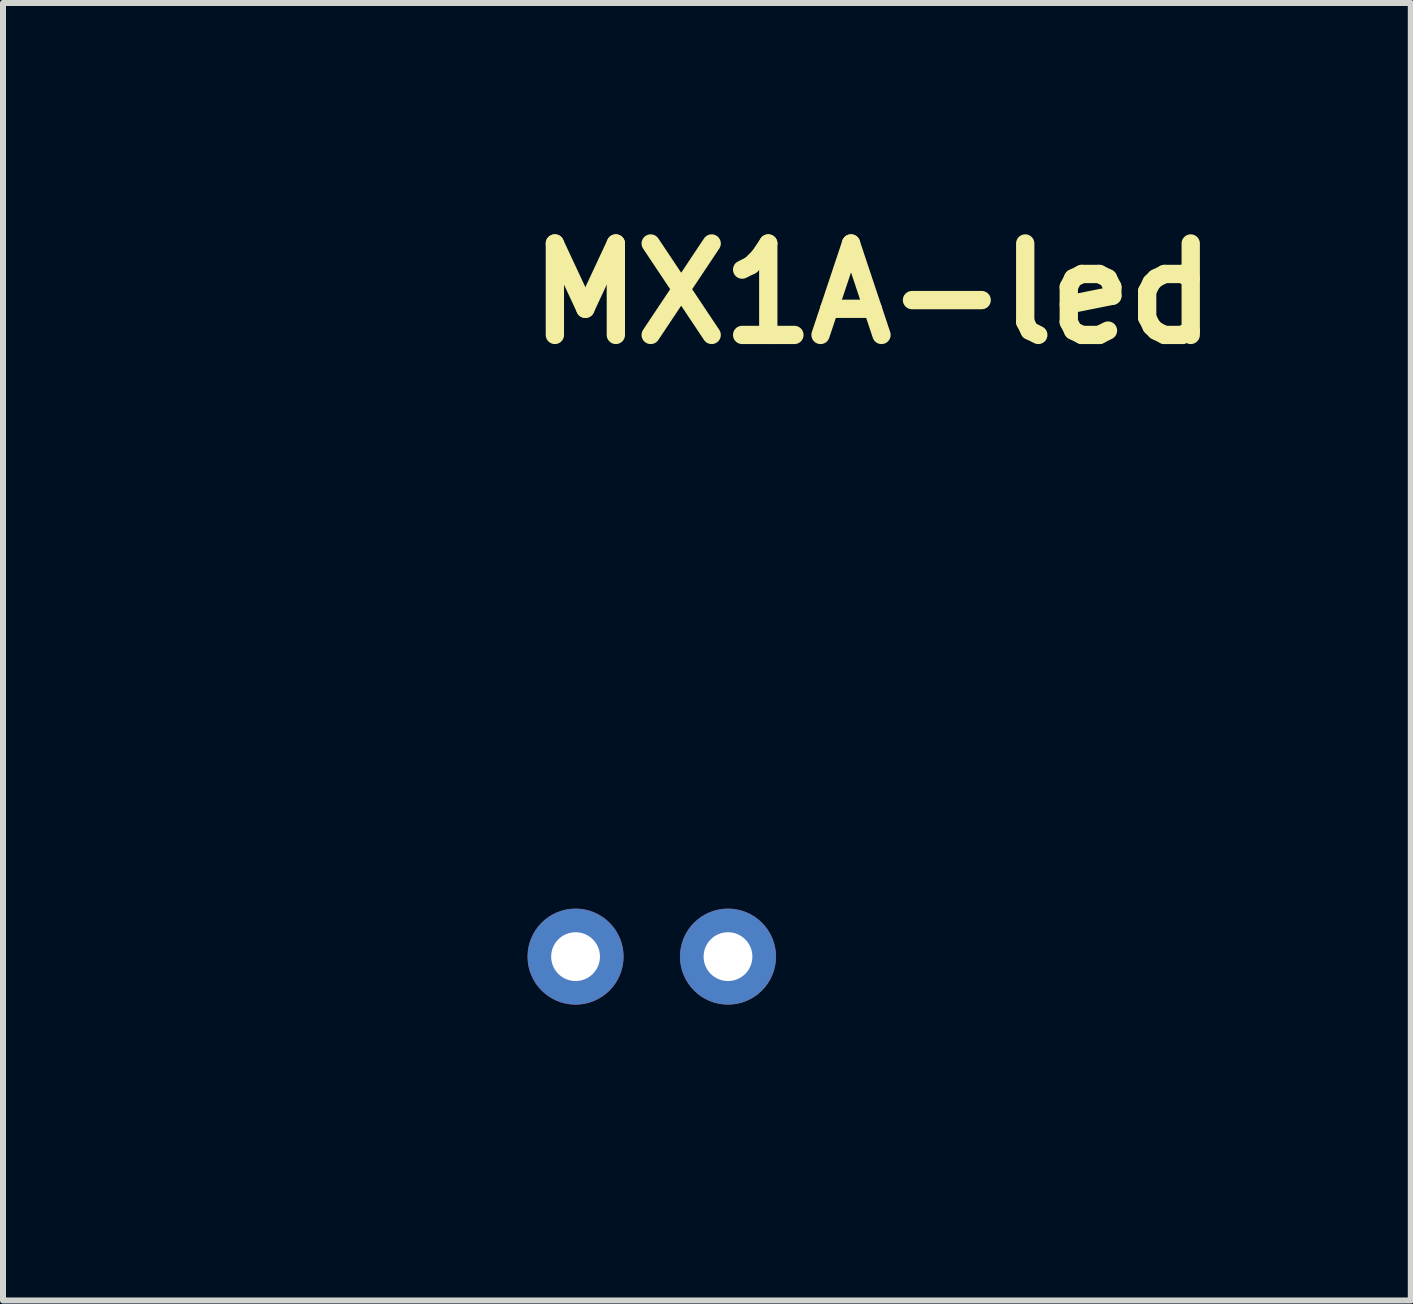
<source format=kicad_pcb>
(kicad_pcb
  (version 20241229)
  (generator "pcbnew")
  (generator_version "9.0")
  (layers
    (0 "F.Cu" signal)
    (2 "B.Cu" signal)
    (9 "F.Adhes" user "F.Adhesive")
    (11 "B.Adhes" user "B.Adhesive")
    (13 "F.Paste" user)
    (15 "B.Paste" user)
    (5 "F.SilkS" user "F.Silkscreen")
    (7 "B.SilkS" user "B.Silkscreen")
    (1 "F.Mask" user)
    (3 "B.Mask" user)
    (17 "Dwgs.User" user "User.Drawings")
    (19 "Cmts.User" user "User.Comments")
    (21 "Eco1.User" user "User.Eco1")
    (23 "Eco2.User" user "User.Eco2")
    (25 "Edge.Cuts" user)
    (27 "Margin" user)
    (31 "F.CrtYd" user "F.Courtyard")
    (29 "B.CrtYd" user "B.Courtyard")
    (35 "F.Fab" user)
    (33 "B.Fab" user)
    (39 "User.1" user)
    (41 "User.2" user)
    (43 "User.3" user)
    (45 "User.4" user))
  (footprint "MX1A-led"
    (layer "F.Cu")
    (at 7.811 7.811)
    (property "Reference" "MX1A-led" (at 3.683 -5.969 0) (layer "F.SilkS") (effects (font (size 1.524 1.524) (thickness 0.305))))
    (attr through_hole)
    (fp_line (start -7.62 -7.62) (end 7.62 -7.62) (stroke (width 0.381) (type solid)) (layer "Eco1.User"))
    (fp_line (start -7.62 7.62) (end -7.62 -7.62) (stroke (width 0.381) (type solid)) (layer "Eco1.User"))
    (fp_line (start 7.62 -7.62) (end 7.62 7.62) (stroke (width 0.381) (type solid)) (layer "Eco1.User"))
    (fp_line (start 7.62 7.62) (end -7.62 7.62) (stroke (width 0.381) (type solid)) (layer "Eco1.User"))
    (pad "1" thru_hole circle (at -1.27 5.08) (size 1.6 1.6) (drill 0.813) (layers "*.Cu" "*.Mask"))
    (pad "2" thru_hole circle (at 1.27 5.08) (size 1.6 1.6) (drill 0.813) (layers "*.Cu" "*.Mask")))
  (gr_rect
    (start -3 -3)
    (end 20.459 18.621)
    (stroke (width 0.1) (type default))
    (fill no)
    (layer "Edge.Cuts")))
</source>
